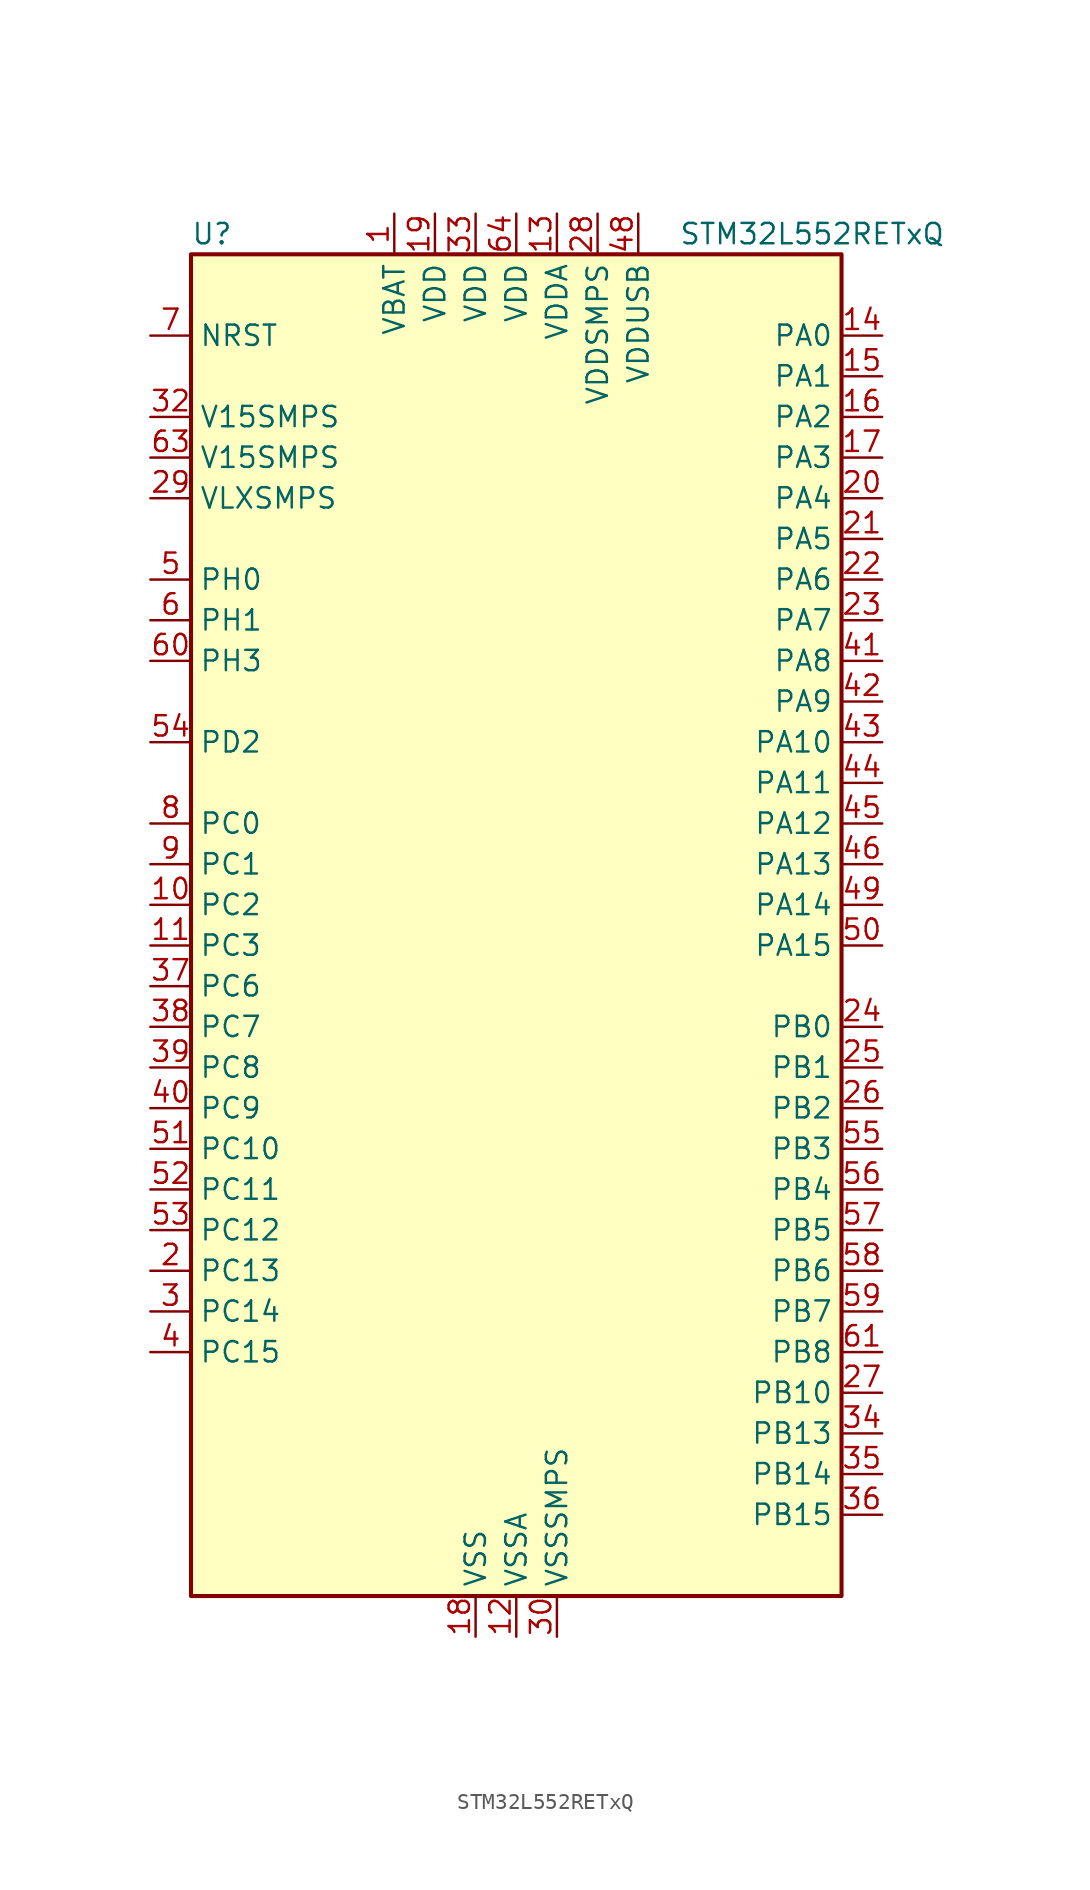
<source format=kicad_sym>
(kicad_symbol_lib
  (version 20241209)
  (generator "kicad_symbol_editor")
  (generator_version "9.0")
  (symbol "STM32L552RETxQ"
    (property "Reference" "U"
      (at -20.32 44.45 0)
      (effects (font (size 1.27 1.27)) (justify left)))
    (property "Value" "STM32L552RETxQ"
      (at 10.16 44.45 0)
      (effects (font (size 1.27 1.27)) (justify left)))
    (symbol "STM32L552RETxQ_0_1"
      (rectangle (start -20.32 -40.64) (end 20.32 43.18) (stroke (width 0.254) (type default)) (fill (type background))))
    (symbol "STM32L552RETxQ_1_1"
      (pin input line (at -22.86 38.1 0) (length 2.54) (name "NRST" (effects (font (size 1.27 1.27)))) (number "7" (effects (font (size 1.27 1.27)))))
      (pin power_in line (at -22.86 33.02 0) (length 2.54) (name "V15SMPS" (effects (font (size 1.27 1.27)))) (number "32" (effects (font (size 1.27 1.27)))))
      (pin power_in line (at -22.86 30.48 0) (length 2.54) (name "V15SMPS" (effects (font (size 1.27 1.27)))) (number "63" (effects (font (size 1.27 1.27)))))
      (pin power_in line (at -22.86 27.94 0) (length 2.54) (name "VLXSMPS" (effects (font (size 1.27 1.27)))) (number "29" (effects (font (size 1.27 1.27)))))
      (pin bidirectional line (at -22.86 22.86 0) (length 2.54) (name "PH0" (effects (font (size 1.27 1.27)))) (number "5" (effects (font (size 1.27 1.27)))) (alternate "RCC_OSC_IN" bidirectional line))
      (pin bidirectional line (at -22.86 20.32 0) (length 2.54) (name "PH1" (effects (font (size 1.27 1.27)))) (number "6" (effects (font (size 1.27 1.27)))) (alternate "RCC_OSC_OUT" bidirectional line))
      (pin bidirectional line (at -22.86 17.78 0) (length 2.54) (name "PH3" (effects (font (size 1.27 1.27)))) (number "60" (effects (font (size 1.27 1.27)))))
      (pin bidirectional line (at -22.86 12.7 0) (length 2.54) (name "PD2" (effects (font (size 1.27 1.27)))) (number "54" (effects (font (size 1.27 1.27)))) (alternate "DEBUG_TRACED2" bidirectional line) (alternate "SDMMC1_CMD" bidirectional line) (alternate "TIM3_ETR" bidirectional line) (alternate "TSC_SYNC" bidirectional line) (alternate "UART5_RX" bidirectional line) (alternate "USART3_DE" bidirectional line) (alternate "USART3_RTS" bidirectional line))
      (pin bidirectional line (at -22.86 7.62 0) (length 2.54) (name "PC0" (effects (font (size 1.27 1.27)))) (number "8" (effects (font (size 1.27 1.27)))) (alternate "ADC1_IN1" bidirectional line) (alternate "ADC2_IN1" bidirectional line) (alternate "I2C3_SCL" bidirectional line) (alternate "LPTIM1_IN1" bidirectional line) (alternate "LPTIM2_IN1" bidirectional line) (alternate "LPUART1_RX" bidirectional line) (alternate "OCTOSPI1_IO7" bidirectional line) (alternate "SAI2_FS_A" bidirectional line) (alternate "SDMMC1_D5" bidirectional line))
      (pin bidirectional line (at -22.86 5.08 0) (length 2.54) (name "PC1" (effects (font (size 1.27 1.27)))) (number "9" (effects (font (size 1.27 1.27)))) (alternate "ADC1_IN2" bidirectional line) (alternate "ADC2_IN2" bidirectional line) (alternate "DEBUG_TRACED0" bidirectional line) (alternate "I2C3_SDA" bidirectional line) (alternate "LPTIM1_OUT" bidirectional line) (alternate "LPUART1_TX" bidirectional line) (alternate "OCTOSPI1_IO4" bidirectional line) (alternate "SAI1_SD_A" bidirectional line) (alternate "SPI2_MOSI" bidirectional line))
      (pin bidirectional line (at -22.86 2.54 0) (length 2.54) (name "PC2" (effects (font (size 1.27 1.27)))) (number "10" (effects (font (size 1.27 1.27)))) (alternate "ADC1_IN3" bidirectional line) (alternate "ADC2_IN3" bidirectional line) (alternate "DFSDM1_CKOUT" bidirectional line) (alternate "LPTIM1_IN2" bidirectional line) (alternate "OCTOSPI1_IO5" bidirectional line) (alternate "SPI2_MISO" bidirectional line))
      (pin bidirectional line (at -22.86 0 0) (length 2.54) (name "PC3" (effects (font (size 1.27 1.27)))) (number "11" (effects (font (size 1.27 1.27)))) (alternate "ADC1_IN4" bidirectional line) (alternate "ADC2_IN4" bidirectional line) (alternate "LPTIM1_ETR" bidirectional line) (alternate "LPTIM2_ETR" bidirectional line) (alternate "LPTIM3_OUT" bidirectional line) (alternate "OCTOSPI1_IO6" bidirectional line) (alternate "SAI1_D1" bidirectional line) (alternate "SAI1_SD_A" bidirectional line) (alternate "SPI2_MOSI" bidirectional line))
      (pin bidirectional line (at -22.86 -2.54 0) (length 2.54) (name "PC6" (effects (font (size 1.27 1.27)))) (number "37" (effects (font (size 1.27 1.27)))) (alternate "DFSDM1_CKIN3" bidirectional line) (alternate "SAI2_MCLK_A" bidirectional line) (alternate "SDMMC1_D0DIR" bidirectional line) (alternate "SDMMC1_D6" bidirectional line) (alternate "TIM3_CH1" bidirectional line) (alternate "TIM8_CH1" bidirectional line) (alternate "TSC_G4_IO1" bidirectional line))
      (pin bidirectional line (at -22.86 -5.08 0) (length 2.54) (name "PC7" (effects (font (size 1.27 1.27)))) (number "38" (effects (font (size 1.27 1.27)))) (alternate "DFSDM1_DATIN3" bidirectional line) (alternate "SAI2_MCLK_B" bidirectional line) (alternate "SDMMC1_D123DIR" bidirectional line) (alternate "SDMMC1_D7" bidirectional line) (alternate "TIM3_CH2" bidirectional line) (alternate "TIM8_CH2" bidirectional line) (alternate "TSC_G4_IO2" bidirectional line))
      (pin bidirectional line (at -22.86 -7.62 0) (length 2.54) (name "PC8" (effects (font (size 1.27 1.27)))) (number "39" (effects (font (size 1.27 1.27)))) (alternate "SDMMC1_D0" bidirectional line) (alternate "TIM3_CH3" bidirectional line) (alternate "TIM8_CH3" bidirectional line) (alternate "TSC_G4_IO3" bidirectional line))
      (pin bidirectional line (at -22.86 -10.16 0) (length 2.54) (name "PC9" (effects (font (size 1.27 1.27)))) (number "40" (effects (font (size 1.27 1.27)))) (alternate "DAC1_EXTI9" bidirectional line) (alternate "DEBUG_TRACED0" bidirectional line) (alternate "SAI2_EXTCLK" bidirectional line) (alternate "SDMMC1_D1" bidirectional line) (alternate "TIM3_CH4" bidirectional line) (alternate "TIM8_BKIN2" bidirectional line) (alternate "TIM8_CH4" bidirectional line) (alternate "TSC_G4_IO4" bidirectional line) (alternate "USB_NOE" bidirectional line))
      (pin bidirectional line (at -22.86 -12.7 0) (length 2.54) (name "PC10" (effects (font (size 1.27 1.27)))) (number "51" (effects (font (size 1.27 1.27)))) (alternate "DEBUG_TRACED1" bidirectional line) (alternate "LPTIM3_ETR" bidirectional line) (alternate "SAI2_SCK_B" bidirectional line) (alternate "SDMMC1_D2" bidirectional line) (alternate "SPI3_SCK" bidirectional line) (alternate "TSC_G3_IO2" bidirectional line) (alternate "UART4_TX" bidirectional line) (alternate "USART3_TX" bidirectional line))
      (pin bidirectional line (at -22.86 -15.24 0) (length 2.54) (name "PC11" (effects (font (size 1.27 1.27)))) (number "52" (effects (font (size 1.27 1.27)))) (alternate "ADC1_EXTI11" bidirectional line) (alternate "ADC2_EXTI11" bidirectional line) (alternate "LPTIM3_IN1" bidirectional line) (alternate "OCTOSPI1_NCS" bidirectional line) (alternate "SAI2_MCLK_B" bidirectional line) (alternate "SDMMC1_D3" bidirectional line) (alternate "SPI3_MISO" bidirectional line) (alternate "TSC_G3_IO3" bidirectional line) (alternate "UART4_RX" bidirectional line) (alternate "UCPD1_FRSTX2" bidirectional line) (alternate "USART3_RX" bidirectional line))
      (pin bidirectional line (at -22.86 -17.78 0) (length 2.54) (name "PC12" (effects (font (size 1.27 1.27)))) (number "53" (effects (font (size 1.27 1.27)))) (alternate "DEBUG_TRACED3" bidirectional line) (alternate "SAI2_SD_B" bidirectional line) (alternate "SDMMC1_CK" bidirectional line) (alternate "SPI3_MOSI" bidirectional line) (alternate "TSC_G3_IO4" bidirectional line) (alternate "UART5_TX" bidirectional line) (alternate "USART3_CK" bidirectional line))
      (pin bidirectional line (at -22.86 -20.32 0) (length 2.54) (name "PC13" (effects (font (size 1.27 1.27)))) (number "2" (effects (font (size 1.27 1.27)))) (alternate "PWR_WKUP2" bidirectional line) (alternate "RTC_OUT1" bidirectional line) (alternate "RTC_TS" bidirectional line) (alternate "TAMP_IN1" bidirectional line) (alternate "TAMP_OUT2" bidirectional line))
      (pin bidirectional line (at -22.86 -22.86 0) (length 2.54) (name "PC14" (effects (font (size 1.27 1.27)))) (number "3" (effects (font (size 1.27 1.27)))) (alternate "RCC_OSC32_IN" bidirectional line))
      (pin bidirectional line (at -22.86 -25.4 0) (length 2.54) (name "PC15" (effects (font (size 1.27 1.27)))) (number "4" (effects (font (size 1.27 1.27)))) (alternate "ADC1_EXTI15" bidirectional line) (alternate "ADC2_EXTI15" bidirectional line) (alternate "RCC_OSC32_OUT" bidirectional line))
      (pin power_in line (at -7.62 45.72 270) (length 2.54) (name "VBAT" (effects (font (size 1.27 1.27)))) (number "1" (effects (font (size 1.27 1.27)))))
      (pin power_in line (at -5.08 45.72 270) (length 2.54) (name "VDD" (effects (font (size 1.27 1.27)))) (number "19" (effects (font (size 1.27 1.27)))))
      (pin power_in line (at -2.54 45.72 270) (length 2.54) (name "VDD" (effects (font (size 1.27 1.27)))) (number "33" (effects (font (size 1.27 1.27)))))
      (pin power_in line (at -2.54 -43.18 90) (length 2.54) (name "VSS" (effects (font (size 1.27 1.27)))) (number "18" (effects (font (size 1.27 1.27)))))
      (pin passive line (at -2.54 -43.18 90) (length 2.54) (hide yes) (name "VSS" (effects (font (size 1.27 1.27)))) (number "31" (effects (font (size 1.27 1.27)))))
      (pin passive line (at -2.54 -43.18 90) (length 2.54) (hide yes) (name "VSS" (effects (font (size 1.27 1.27)))) (number "47" (effects (font (size 1.27 1.27)))))
      (pin passive line (at -2.54 -43.18 90) (length 2.54) (hide yes) (name "VSS" (effects (font (size 1.27 1.27)))) (number "62" (effects (font (size 1.27 1.27)))))
      (pin power_in line (at 0 45.72 270) (length 2.54) (name "VDD" (effects (font (size 1.27 1.27)))) (number "64" (effects (font (size 1.27 1.27)))))
      (pin power_in line (at 0 -43.18 90) (length 2.54) (name "VSSA" (effects (font (size 1.27 1.27)))) (number "12" (effects (font (size 1.27 1.27)))))
      (pin power_in line (at 2.54 45.72 270) (length 2.54) (name "VDDA" (effects (font (size 1.27 1.27)))) (number "13" (effects (font (size 1.27 1.27)))))
      (pin power_in line (at 2.54 -43.18 90) (length 2.54) (name "VSSSMPS" (effects (font (size 1.27 1.27)))) (number "30" (effects (font (size 1.27 1.27)))))
      (pin power_in line (at 5.08 45.72 270) (length 2.54) (name "VDDSMPS" (effects (font (size 1.27 1.27)))) (number "28" (effects (font (size 1.27 1.27)))))
      (pin power_in line (at 7.62 45.72 270) (length 2.54) (name "VDDUSB" (effects (font (size 1.27 1.27)))) (number "48" (effects (font (size 1.27 1.27)))))
      (pin bidirectional line (at 22.86 38.1 180) (length 2.54) (name "PA0" (effects (font (size 1.27 1.27)))) (number "14" (effects (font (size 1.27 1.27)))) (alternate "ADC1_IN5" bidirectional line) (alternate "ADC2_IN5" bidirectional line) (alternate "OPAMP1_VINP" bidirectional line) (alternate "PWR_WKUP1" bidirectional line) (alternate "SAI1_EXTCLK" bidirectional line) (alternate "TAMP_IN2" bidirectional line) (alternate "TAMP_OUT1" bidirectional line) (alternate "TIM2_CH1" bidirectional line) (alternate "TIM2_ETR" bidirectional line) (alternate "TIM5_CH1" bidirectional line) (alternate "TIM8_ETR" bidirectional line) (alternate "UART4_TX" bidirectional line) (alternate "USART2_CTS" bidirectional line) (alternate "USART2_NSS" bidirectional line))
      (pin bidirectional line (at 22.86 35.56 180) (length 2.54) (name "PA1" (effects (font (size 1.27 1.27)))) (number "15" (effects (font (size 1.27 1.27)))) (alternate "ADC1_IN6" bidirectional line) (alternate "ADC2_IN6" bidirectional line) (alternate "I2C1_SMBA" bidirectional line) (alternate "OCTOSPI1_DQS" bidirectional line) (alternate "OPAMP1_VINM" bidirectional line) (alternate "SPI1_SCK" bidirectional line) (alternate "TAMP_IN5" bidirectional line) (alternate "TAMP_OUT4" bidirectional line) (alternate "TIM15_CH1N" bidirectional line) (alternate "TIM2_CH2" bidirectional line) (alternate "TIM5_CH2" bidirectional line) (alternate "UART4_RX" bidirectional line) (alternate "USART2_DE" bidirectional line) (alternate "USART2_RTS" bidirectional line))
      (pin bidirectional line (at 22.86 33.02 180) (length 2.54) (name "PA2" (effects (font (size 1.27 1.27)))) (number "16" (effects (font (size 1.27 1.27)))) (alternate "ADC1_IN7" bidirectional line) (alternate "ADC2_IN7" bidirectional line) (alternate "COMP1_INP" bidirectional line) (alternate "LPUART1_TX" bidirectional line) (alternate "OCTOSPI1_NCS" bidirectional line) (alternate "PWR_WKUP4" bidirectional line) (alternate "RCC_LSCO" bidirectional line) (alternate "SAI2_EXTCLK" bidirectional line) (alternate "TIM15_CH1" bidirectional line) (alternate "TIM2_CH3" bidirectional line) (alternate "TIM5_CH3" bidirectional line) (alternate "UCPD1_FRSTX1" bidirectional line) (alternate "USART2_TX" bidirectional line))
      (pin bidirectional line (at 22.86 30.48 180) (length 2.54) (name "PA3" (effects (font (size 1.27 1.27)))) (number "17" (effects (font (size 1.27 1.27)))) (alternate "ADC1_IN8" bidirectional line) (alternate "ADC2_IN8" bidirectional line) (alternate "LPUART1_RX" bidirectional line) (alternate "OCTOSPI1_CLK" bidirectional line) (alternate "OPAMP1_VOUT" bidirectional line) (alternate "SAI1_CK1" bidirectional line) (alternate "SAI1_MCLK_A" bidirectional line) (alternate "TIM15_CH2" bidirectional line) (alternate "TIM2_CH4" bidirectional line) (alternate "TIM5_CH4" bidirectional line) (alternate "USART2_RX" bidirectional line))
      (pin bidirectional line (at 22.86 27.94 180) (length 2.54) (name "PA4" (effects (font (size 1.27 1.27)))) (number "20" (effects (font (size 1.27 1.27)))) (alternate "ADC1_IN9" bidirectional line) (alternate "ADC2_IN9" bidirectional line) (alternate "DAC1_OUT1" bidirectional line) (alternate "LPTIM2_OUT" bidirectional line) (alternate "OCTOSPI1_NCS" bidirectional line) (alternate "SAI1_FS_B" bidirectional line) (alternate "SPI1_NSS" bidirectional line) (alternate "SPI3_NSS" bidirectional line) (alternate "USART2_CK" bidirectional line))
      (pin bidirectional line (at 22.86 25.4 180) (length 2.54) (name "PA5" (effects (font (size 1.27 1.27)))) (number "21" (effects (font (size 1.27 1.27)))) (alternate "ADC1_IN10" bidirectional line) (alternate "ADC2_IN10" bidirectional line) (alternate "DAC1_OUT2" bidirectional line) (alternate "LPTIM2_ETR" bidirectional line) (alternate "SPI1_SCK" bidirectional line) (alternate "TIM2_CH1" bidirectional line) (alternate "TIM2_ETR" bidirectional line) (alternate "TIM8_CH1N" bidirectional line))
      (pin bidirectional line (at 22.86 22.86 180) (length 2.54) (name "PA6" (effects (font (size 1.27 1.27)))) (number "22" (effects (font (size 1.27 1.27)))) (alternate "ADC1_IN11" bidirectional line) (alternate "ADC2_IN11" bidirectional line) (alternate "LPUART1_CTS" bidirectional line) (alternate "OCTOSPI1_IO3" bidirectional line) (alternate "OPAMP2_VINP" bidirectional line) (alternate "SPI1_MISO" bidirectional line) (alternate "TIM16_CH1" bidirectional line) (alternate "TIM1_BKIN" bidirectional line) (alternate "TIM3_CH1" bidirectional line) (alternate "TIM8_BKIN" bidirectional line) (alternate "USART3_CTS" bidirectional line) (alternate "USART3_NSS" bidirectional line))
      (pin bidirectional line (at 22.86 20.32 180) (length 2.54) (name "PA7" (effects (font (size 1.27 1.27)))) (number "23" (effects (font (size 1.27 1.27)))) (alternate "ADC1_IN12" bidirectional line) (alternate "ADC2_IN12" bidirectional line) (alternate "I2C3_SCL" bidirectional line) (alternate "OCTOSPI1_IO2" bidirectional line) (alternate "OPAMP2_VINM" bidirectional line) (alternate "SPI1_MOSI" bidirectional line) (alternate "TIM17_CH1" bidirectional line) (alternate "TIM1_CH1N" bidirectional line) (alternate "TIM3_CH2" bidirectional line) (alternate "TIM8_CH1N" bidirectional line))
      (pin bidirectional line (at 22.86 17.78 180) (length 2.54) (name "PA8" (effects (font (size 1.27 1.27)))) (number "41" (effects (font (size 1.27 1.27)))) (alternate "LPTIM2_OUT" bidirectional line) (alternate "RCC_MCO" bidirectional line) (alternate "SAI1_CK2" bidirectional line) (alternate "SAI1_SCK_A" bidirectional line) (alternate "TIM1_CH1" bidirectional line) (alternate "USART1_CK" bidirectional line))
      (pin bidirectional line (at 22.86 15.24 180) (length 2.54) (name "PA9" (effects (font (size 1.27 1.27)))) (number "42" (effects (font (size 1.27 1.27)))) (alternate "DAC1_EXTI9" bidirectional line) (alternate "SAI1_FS_A" bidirectional line) (alternate "SPI2_SCK" bidirectional line) (alternate "TIM15_BKIN" bidirectional line) (alternate "TIM1_CH2" bidirectional line) (alternate "USART1_TX" bidirectional line))
      (pin bidirectional line (at 22.86 12.7 180) (length 2.54) (name "PA10" (effects (font (size 1.27 1.27)))) (number "43" (effects (font (size 1.27 1.27)))) (alternate "CRS_SYNC" bidirectional line) (alternate "SAI1_D1" bidirectional line) (alternate "SAI1_SD_A" bidirectional line) (alternate "TIM17_BKIN" bidirectional line) (alternate "TIM1_CH3" bidirectional line) (alternate "USART1_RX" bidirectional line))
      (pin bidirectional line (at 22.86 10.16 180) (length 2.54) (name "PA11" (effects (font (size 1.27 1.27)))) (number "44" (effects (font (size 1.27 1.27)))) (alternate "ADC1_EXTI11" bidirectional line) (alternate "ADC2_EXTI11" bidirectional line) (alternate "FDCAN1_RX" bidirectional line) (alternate "SPI1_MISO" bidirectional line) (alternate "TIM1_BKIN2" bidirectional line) (alternate "TIM1_CH4" bidirectional line) (alternate "USART1_CTS" bidirectional line) (alternate "USART1_NSS" bidirectional line) (alternate "USB_DM" bidirectional line))
      (pin bidirectional line (at 22.86 7.62 180) (length 2.54) (name "PA12" (effects (font (size 1.27 1.27)))) (number "45" (effects (font (size 1.27 1.27)))) (alternate "FDCAN1_TX" bidirectional line) (alternate "SPI1_MOSI" bidirectional line) (alternate "TIM1_ETR" bidirectional line) (alternate "USART1_DE" bidirectional line) (alternate "USART1_RTS" bidirectional line) (alternate "USB_DP" bidirectional line))
      (pin bidirectional line (at 22.86 5.08 180) (length 2.54) (name "PA13" (effects (font (size 1.27 1.27)))) (number "46" (effects (font (size 1.27 1.27)))) (alternate "DEBUG_JTMS-SWDIO" bidirectional line) (alternate "IR_OUT" bidirectional line) (alternate "SAI1_SD_B" bidirectional line) (alternate "USB_NOE" bidirectional line))
      (pin bidirectional line (at 22.86 2.54 180) (length 2.54) (name "PA14" (effects (font (size 1.27 1.27)))) (number "49" (effects (font (size 1.27 1.27)))) (alternate "DEBUG_JTCK-SWCLK" bidirectional line) (alternate "I2C1_SMBA" bidirectional line) (alternate "I2C4_SMBA" bidirectional line) (alternate "LPTIM1_OUT" bidirectional line) (alternate "SAI1_FS_B" bidirectional line))
      (pin bidirectional line (at 22.86 0 180) (length 2.54) (name "PA15" (effects (font (size 1.27 1.27)))) (number "50" (effects (font (size 1.27 1.27)))) (alternate "ADC1_EXTI15" bidirectional line) (alternate "ADC2_EXTI15" bidirectional line) (alternate "DEBUG_JTDI" bidirectional line) (alternate "SAI2_FS_B" bidirectional line) (alternate "SPI1_NSS" bidirectional line) (alternate "SPI3_NSS" bidirectional line) (alternate "TIM2_CH1" bidirectional line) (alternate "TIM2_ETR" bidirectional line) (alternate "UART4_DE" bidirectional line) (alternate "UART4_RTS" bidirectional line) (alternate "UCPD1_CC1" bidirectional line) (alternate "USART2_RX" bidirectional line) (alternate "USART3_DE" bidirectional line) (alternate "USART3_RTS" bidirectional line))
      (pin bidirectional line (at 22.86 -5.08 180) (length 2.54) (name "PB0" (effects (font (size 1.27 1.27)))) (number "24" (effects (font (size 1.27 1.27)))) (alternate "ADC1_IN15" bidirectional line) (alternate "ADC2_IN15" bidirectional line) (alternate "COMP1_OUT" bidirectional line) (alternate "OCTOSPI1_IO1" bidirectional line) (alternate "OPAMP2_VOUT" bidirectional line) (alternate "SAI1_EXTCLK" bidirectional line) (alternate "SPI1_NSS" bidirectional line) (alternate "TIM1_CH2N" bidirectional line) (alternate "TIM3_CH3" bidirectional line) (alternate "TIM8_CH2N" bidirectional line) (alternate "USART3_CK" bidirectional line))
      (pin bidirectional line (at 22.86 -7.62 180) (length 2.54) (name "PB1" (effects (font (size 1.27 1.27)))) (number "25" (effects (font (size 1.27 1.27)))) (alternate "ADC1_IN16" bidirectional line) (alternate "ADC2_IN16" bidirectional line) (alternate "COMP1_INM" bidirectional line) (alternate "DFSDM1_DATIN0" bidirectional line) (alternate "LPTIM2_IN1" bidirectional line) (alternate "LPUART1_DE" bidirectional line) (alternate "LPUART1_RTS" bidirectional line) (alternate "OCTOSPI1_IO0" bidirectional line) (alternate "TIM1_CH3N" bidirectional line) (alternate "TIM3_CH4" bidirectional line) (alternate "TIM8_CH3N" bidirectional line) (alternate "USART3_DE" bidirectional line) (alternate "USART3_RTS" bidirectional line))
      (pin bidirectional line (at 22.86 -10.16 180) (length 2.54) (name "PB2" (effects (font (size 1.27 1.27)))) (number "26" (effects (font (size 1.27 1.27)))) (alternate "COMP1_INP" bidirectional line) (alternate "DFSDM1_CKIN0" bidirectional line) (alternate "I2C3_SMBA" bidirectional line) (alternate "LPTIM1_OUT" bidirectional line) (alternate "OCTOSPI1_DQS" bidirectional line) (alternate "RTC_OUT2" bidirectional line) (alternate "UCPD1_FRSTX1" bidirectional line))
      (pin bidirectional line (at 22.86 -12.7 180) (length 2.54) (name "PB3" (effects (font (size 1.27 1.27)))) (number "55" (effects (font (size 1.27 1.27)))) (alternate "COMP2_INM" bidirectional line) (alternate "CRS_SYNC" bidirectional line) (alternate "DEBUG_JTDO-SWO" bidirectional line) (alternate "SAI1_SCK_B" bidirectional line) (alternate "SPI1_SCK" bidirectional line) (alternate "SPI3_SCK" bidirectional line) (alternate "TIM2_CH2" bidirectional line) (alternate "USART1_DE" bidirectional line) (alternate "USART1_RTS" bidirectional line))
      (pin bidirectional line (at 22.86 -15.24 180) (length 2.54) (name "PB4" (effects (font (size 1.27 1.27)))) (number "56" (effects (font (size 1.27 1.27)))) (alternate "COMP2_INP" bidirectional line) (alternate "DEBUG_JTRST" bidirectional line) (alternate "I2C3_SDA" bidirectional line) (alternate "SAI1_MCLK_B" bidirectional line) (alternate "SPI1_MISO" bidirectional line) (alternate "SPI3_MISO" bidirectional line) (alternate "TIM17_BKIN" bidirectional line) (alternate "TIM3_CH1" bidirectional line) (alternate "TSC_G2_IO1" bidirectional line) (alternate "UART5_DE" bidirectional line) (alternate "UART5_RTS" bidirectional line) (alternate "USART1_CTS" bidirectional line) (alternate "USART1_NSS" bidirectional line))
      (pin bidirectional line (at 22.86 -17.78 180) (length 2.54) (name "PB5" (effects (font (size 1.27 1.27)))) (number "57" (effects (font (size 1.27 1.27)))) (alternate "COMP2_OUT" bidirectional line) (alternate "I2C1_SMBA" bidirectional line) (alternate "LPTIM1_IN1" bidirectional line) (alternate "OCTOSPI1_NCLK" bidirectional line) (alternate "SAI1_SD_B" bidirectional line) (alternate "SPI1_MOSI" bidirectional line) (alternate "SPI3_MOSI" bidirectional line) (alternate "TIM16_BKIN" bidirectional line) (alternate "TIM3_CH2" bidirectional line) (alternate "TSC_G2_IO2" bidirectional line) (alternate "UART5_CTS" bidirectional line) (alternate "UCPD1_DBCC1" bidirectional line) (alternate "USART1_CK" bidirectional line))
      (pin bidirectional line (at 22.86 -20.32 180) (length 2.54) (name "PB6" (effects (font (size 1.27 1.27)))) (number "58" (effects (font (size 1.27 1.27)))) (alternate "COMP2_INP" bidirectional line) (alternate "I2C1_SCL" bidirectional line) (alternate "I2C4_SCL" bidirectional line) (alternate "LPTIM1_ETR" bidirectional line) (alternate "SAI1_FS_B" bidirectional line) (alternate "TIM16_CH1N" bidirectional line) (alternate "TIM4_CH1" bidirectional line) (alternate "TIM8_BKIN2" bidirectional line) (alternate "TSC_G2_IO3" bidirectional line) (alternate "USART1_TX" bidirectional line))
      (pin bidirectional line (at 22.86 -22.86 180) (length 2.54) (name "PB7" (effects (font (size 1.27 1.27)))) (number "59" (effects (font (size 1.27 1.27)))) (alternate "COMP2_INM" bidirectional line) (alternate "I2C1_SDA" bidirectional line) (alternate "I2C4_SDA" bidirectional line) (alternate "LPTIM1_IN2" bidirectional line) (alternate "PWR_PVD_IN" bidirectional line) (alternate "TIM17_CH1N" bidirectional line) (alternate "TIM4_CH2" bidirectional line) (alternate "TIM8_BKIN" bidirectional line) (alternate "TSC_G2_IO4" bidirectional line) (alternate "UART4_CTS" bidirectional line) (alternate "USART1_RX" bidirectional line))
      (pin bidirectional line (at 22.86 -25.4 180) (length 2.54) (name "PB8" (effects (font (size 1.27 1.27)))) (number "61" (effects (font (size 1.27 1.27)))) (alternate "DFSDM1_CKOUT" bidirectional line) (alternate "FDCAN1_RX" bidirectional line) (alternate "I2C1_SCL" bidirectional line) (alternate "SAI1_CK1" bidirectional line) (alternate "SAI1_MCLK_A" bidirectional line) (alternate "SDMMC1_CKIN" bidirectional line) (alternate "SDMMC1_D4" bidirectional line) (alternate "TIM16_CH1" bidirectional line) (alternate "TIM4_CH3" bidirectional line))
      (pin bidirectional line (at 22.86 -27.94 180) (length 2.54) (name "PB10" (effects (font (size 1.27 1.27)))) (number "27" (effects (font (size 1.27 1.27)))) (alternate "COMP1_OUT" bidirectional line) (alternate "I2C2_SCL" bidirectional line) (alternate "I2C4_SCL" bidirectional line) (alternate "LPTIM3_OUT" bidirectional line) (alternate "LPUART1_RX" bidirectional line) (alternate "OCTOSPI1_CLK" bidirectional line) (alternate "SAI1_SCK_A" bidirectional line) (alternate "SPI2_SCK" bidirectional line) (alternate "TIM2_CH3" bidirectional line) (alternate "TSC_SYNC" bidirectional line) (alternate "USART3_TX" bidirectional line))
      (pin bidirectional line (at 22.86 -30.48 180) (length 2.54) (name "PB13" (effects (font (size 1.27 1.27)))) (number "34" (effects (font (size 1.27 1.27)))) (alternate "DFSDM1_CKIN1" bidirectional line) (alternate "I2C2_SCL" bidirectional line) (alternate "LPTIM3_IN1" bidirectional line) (alternate "LPUART1_CTS" bidirectional line) (alternate "SAI2_SCK_A" bidirectional line) (alternate "SPI2_SCK" bidirectional line) (alternate "TIM15_CH1N" bidirectional line) (alternate "TIM1_CH1N" bidirectional line) (alternate "TSC_G1_IO2" bidirectional line) (alternate "UCPD1_FRSTX2" bidirectional line) (alternate "USART3_CTS" bidirectional line) (alternate "USART3_NSS" bidirectional line))
      (pin bidirectional line (at 22.86 -33.02 180) (length 2.54) (name "PB14" (effects (font (size 1.27 1.27)))) (number "35" (effects (font (size 1.27 1.27)))) (alternate "DFSDM1_DATIN2" bidirectional line) (alternate "I2C2_SDA" bidirectional line) (alternate "LPTIM3_ETR" bidirectional line) (alternate "SAI2_MCLK_A" bidirectional line) (alternate "SPI2_MISO" bidirectional line) (alternate "TIM15_CH1" bidirectional line) (alternate "TIM1_CH2N" bidirectional line) (alternate "TIM8_CH2N" bidirectional line) (alternate "TSC_G1_IO3" bidirectional line) (alternate "UCPD1_DBCC2" bidirectional line) (alternate "USART3_DE" bidirectional line) (alternate "USART3_RTS" bidirectional line))
      (pin bidirectional line (at 22.86 -35.56 180) (length 2.54) (name "PB15" (effects (font (size 1.27 1.27)))) (number "36" (effects (font (size 1.27 1.27)))) (alternate "ADC1_EXTI15" bidirectional line) (alternate "ADC2_EXTI15" bidirectional line) (alternate "DFSDM1_CKIN2" bidirectional line) (alternate "RTC_REFIN" bidirectional line) (alternate "SAI2_SD_A" bidirectional line) (alternate "SPI2_MOSI" bidirectional line) (alternate "TIM15_CH2" bidirectional line) (alternate "TIM1_CH3N" bidirectional line) (alternate "TIM8_CH3N" bidirectional line) (alternate "UCPD1_CC2" bidirectional line)))))
</source>
